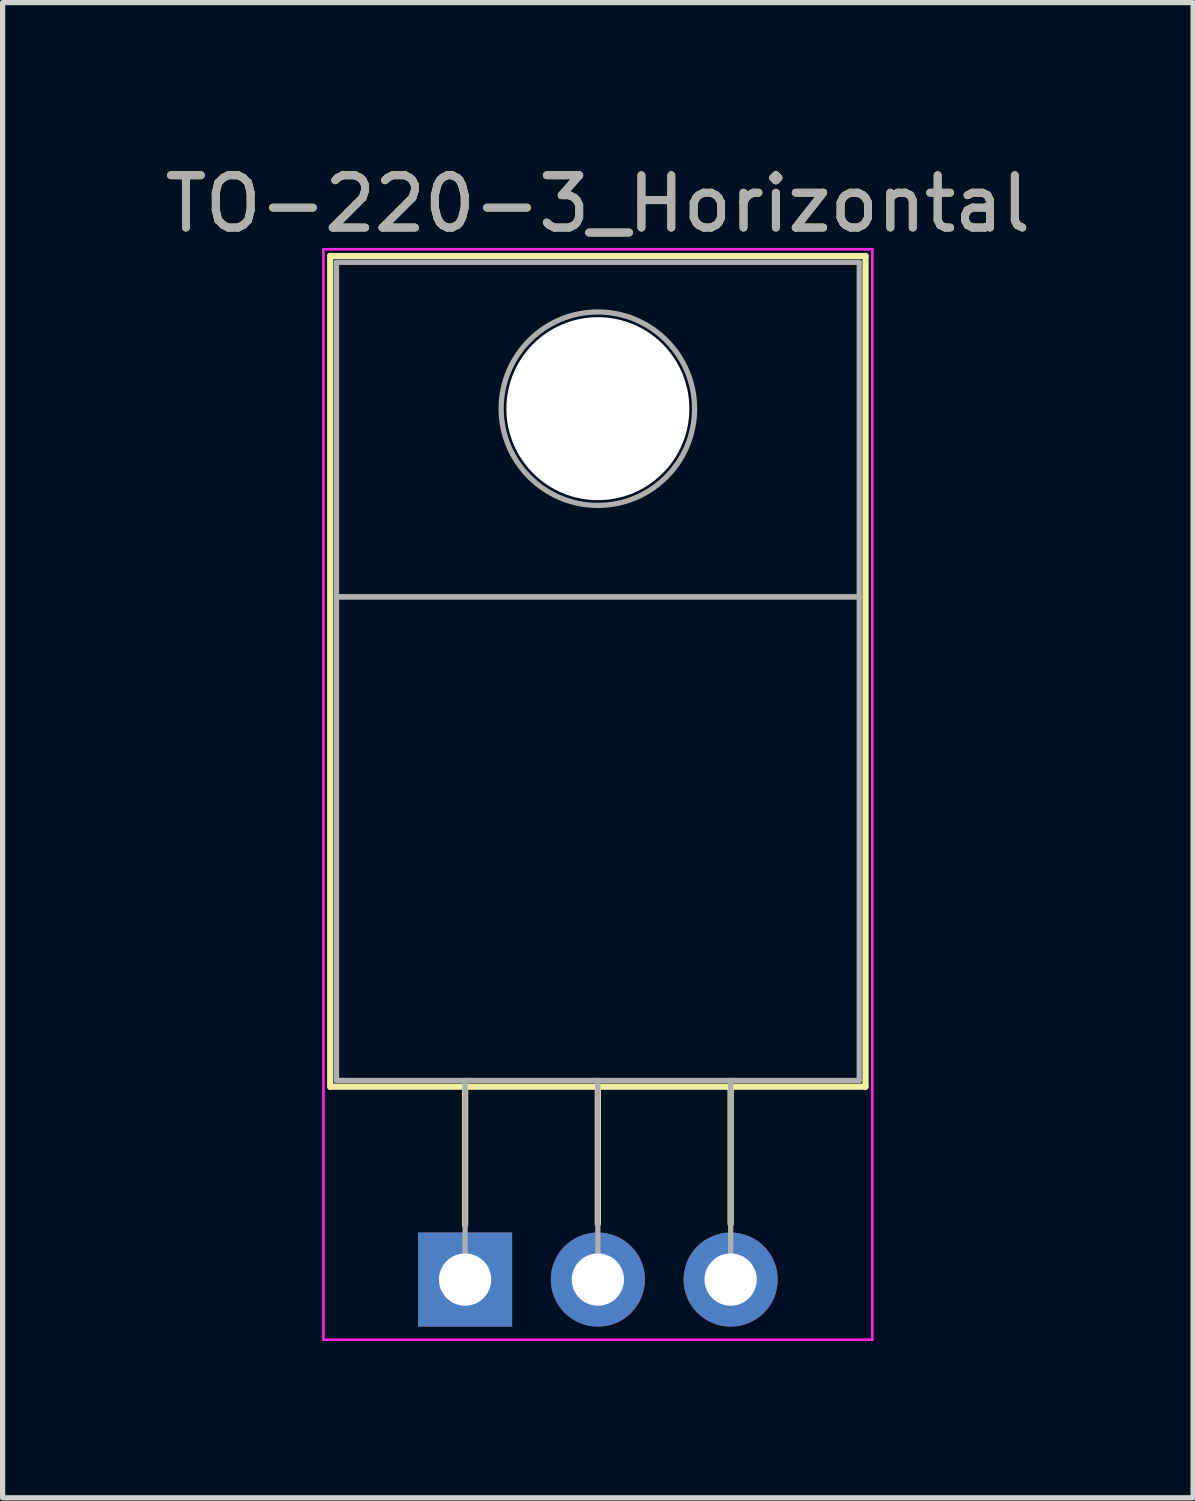
<source format=kicad_pcb>
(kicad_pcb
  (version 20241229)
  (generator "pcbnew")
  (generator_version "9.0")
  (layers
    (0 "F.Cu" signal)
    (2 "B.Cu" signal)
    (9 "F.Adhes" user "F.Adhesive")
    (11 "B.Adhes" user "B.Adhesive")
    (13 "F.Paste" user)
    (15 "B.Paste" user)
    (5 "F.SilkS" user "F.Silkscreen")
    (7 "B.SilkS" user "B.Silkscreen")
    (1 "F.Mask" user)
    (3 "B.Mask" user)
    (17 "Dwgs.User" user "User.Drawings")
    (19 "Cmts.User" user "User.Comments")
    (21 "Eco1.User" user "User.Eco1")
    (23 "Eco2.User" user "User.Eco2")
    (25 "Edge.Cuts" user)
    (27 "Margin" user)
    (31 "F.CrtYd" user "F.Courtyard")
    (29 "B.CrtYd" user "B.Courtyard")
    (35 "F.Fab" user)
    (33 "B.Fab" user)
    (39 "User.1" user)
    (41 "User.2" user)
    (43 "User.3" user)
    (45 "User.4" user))
  (footprint "TO-220-3_Horizontal"
    (layer "F.Cu")
    (at 5.847 21.428)
    (property "Reference" "TO-220-3_Horizontal" (at 2.54 -20.58 0) (layer "F.SilkS") (effects (font (size 1 1) (thickness 0.15))))
    (attr through_hole)
    (fp_line (start -2.58 -19.58) (end -2.58 -3.69) (stroke (width 0.12) (type solid)) (layer "F.SilkS"))
    (fp_line (start -2.58 -19.58) (end 7.66 -19.58) (stroke (width 0.12) (type solid)) (layer "F.SilkS"))
    (fp_line (start -2.58 -3.69) (end 7.66 -3.69) (stroke (width 0.12) (type solid)) (layer "F.SilkS"))
    (fp_line (start 0 -3.69) (end 0 -1.05) (stroke (width 0.12) (type solid)) (layer "F.SilkS"))
    (fp_line (start 2.54 -3.69) (end 2.54 -1.066) (stroke (width 0.12) (type solid)) (layer "F.SilkS"))
    (fp_line (start 5.08 -3.69) (end 5.08 -1.066) (stroke (width 0.12) (type solid)) (layer "F.SilkS"))
    (fp_line (start 7.66 -19.58) (end 7.66 -3.69) (stroke (width 0.12) (type solid)) (layer "F.SilkS"))
    (fp_line (start -2.71 -19.71) (end -2.71 1.15) (stroke (width 0.05) (type solid)) (layer "F.CrtYd"))
    (fp_line (start -2.71 1.15) (end 7.79 1.15) (stroke (width 0.05) (type solid)) (layer "F.CrtYd"))
    (fp_line (start 7.79 -19.71) (end -2.71 -19.71) (stroke (width 0.05) (type solid)) (layer "F.CrtYd"))
    (fp_line (start 7.79 1.15) (end 7.79 -19.71) (stroke (width 0.05) (type solid)) (layer "F.CrtYd"))
    (fp_line (start -2.46 -19.46) (end 7.54 -19.46) (stroke (width 0.1) (type solid)) (layer "F.Fab"))
    (fp_line (start -2.46 -13.06) (end -2.46 -19.46) (stroke (width 0.1) (type solid)) (layer "F.Fab"))
    (fp_line (start -2.46 -13.06) (end 7.54 -13.06) (stroke (width 0.1) (type solid)) (layer "F.Fab"))
    (fp_line (start -2.46 -3.81) (end -2.46 -13.06) (stroke (width 0.1) (type solid)) (layer "F.Fab"))
    (fp_line (start 0 -3.81) (end 0 0) (stroke (width 0.1) (type solid)) (layer "F.Fab"))
    (fp_line (start 2.54 -3.81) (end 2.54 0) (stroke (width 0.1) (type solid)) (layer "F.Fab"))
    (fp_line (start 5.08 -3.81) (end 5.08 0) (stroke (width 0.1) (type solid)) (layer "F.Fab"))
    (fp_line (start 7.54 -19.46) (end 7.54 -13.06) (stroke (width 0.1) (type solid)) (layer "F.Fab"))
    (fp_line (start 7.54 -13.06) (end -2.46 -13.06) (stroke (width 0.1) (type solid)) (layer "F.Fab"))
    (fp_line (start 7.54 -13.06) (end 7.54 -3.81) (stroke (width 0.1) (type solid)) (layer "F.Fab"))
    (fp_line (start 7.54 -3.81) (end -2.46 -3.81) (stroke (width 0.1) (type solid)) (layer "F.Fab"))
    (fp_circle (center 2.54 -16.66) (end 4.39 -16.66) (stroke (width 0.1) (type solid)) (fill no) (layer "F.Fab"))
    (fp_text user "${REFERENCE}" (at 2.54 -20.58 0) (layer "F.Fab") (effects (font (size 1 1) (thickness 0.15))))
    (pad "" np_thru_hole oval (at 2.54 -16.66) (size 3.5 3.5) (drill 3.5) (layers "*.Cu" "*.Mask"))
    (pad "1" thru_hole rect (at 0 0) (size 1.8 1.8) (drill 1) (layers "*.Cu" "*.Mask"))
    (pad "2" thru_hole oval (at 2.54 0) (size 1.8 1.8) (drill 1) (layers "*.Cu" "*.Mask"))
    (pad "3" thru_hole oval (at 5.08 0) (size 1.8 1.8) (drill 1) (layers "*.Cu" "*.Mask")))
  (gr_rect
    (start -3 -3)
    (end 19.774 25.603)
    (stroke (width 0.1) (type default))
    (fill no)
    (layer "Edge.Cuts")))
</source>
